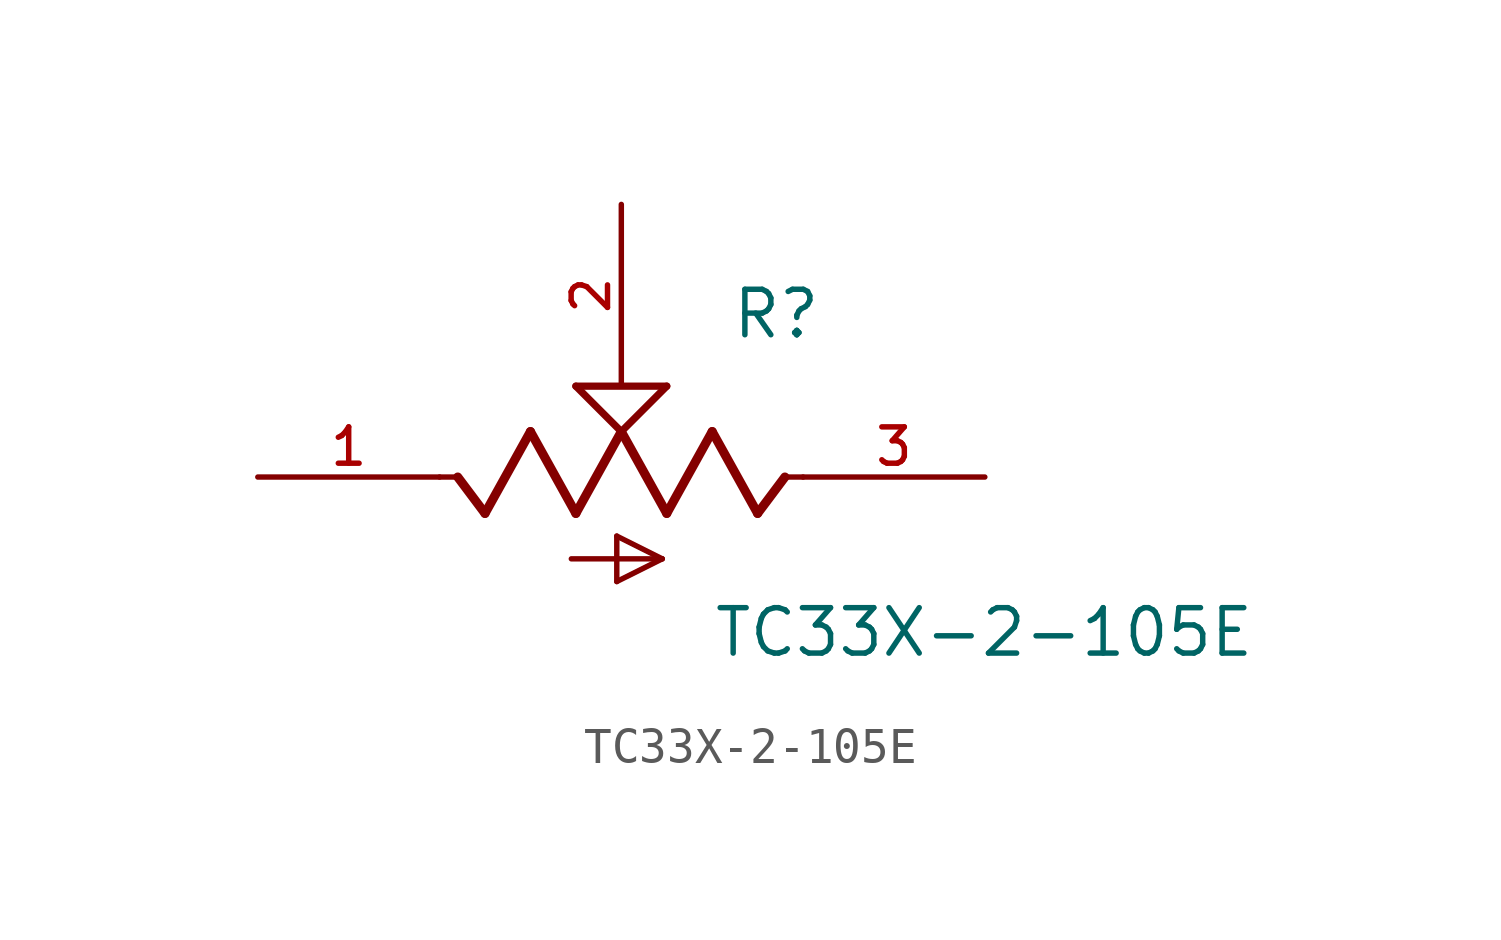
<source format=kicad_sym>
(kicad_symbol_lib
  (version 20211014)
  (generator kicad_symbol_editor)
  (symbol "TC33X-2-105E"
    (pin_names
      (offset 1.016))
    (property "Reference" "R"
      (at 3.051 3.814 0)
      (effects (font (size 1.27 1.27)) (justify bottom left)))
    (property "Value" "TC33X-2-105E"
      (at 2.542 -5.084 0)
      (effects (font (size 1.27 1.27)) (justify bottom left)))
    (symbol "TC33X-2-105E_0_0"
      (polyline (pts (xy 5.08 0.0) (xy 4.572 0.0)) (stroke (width 0.152)))
      (polyline (pts (xy 4.572 0.0) (xy 3.81 -1.016)) (stroke (width 0.254)))
      (polyline (pts (xy 3.81 -1.016) (xy 2.54 1.27)) (stroke (width 0.254)))
      (polyline (pts (xy 2.54 1.27) (xy 1.27 -1.016)) (stroke (width 0.254)))
      (polyline (pts (xy 1.27 -1.016) (xy 0.0 1.27)) (stroke (width 0.254)))
      (polyline (pts (xy 0.0 1.27) (xy -1.27 -1.016)) (stroke (width 0.254)))
      (polyline (pts (xy -1.27 -1.016) (xy -2.54 1.27)) (stroke (width 0.254)))
      (polyline (pts (xy -2.54 1.27) (xy -3.81 -1.016)) (stroke (width 0.254)))
      (polyline (pts (xy -3.81 -1.016) (xy -4.572 0.0)) (stroke (width 0.254)))
      (polyline (pts (xy -4.572 0.0) (xy -5.08 0.0)) (stroke (width 0.152)))
      (polyline (pts (xy 0.0 1.27) (xy -1.27 2.54)) (stroke (width 0.203)))
      (polyline (pts (xy 1.27 2.54) (xy 0.0 1.27)) (stroke (width 0.203)))
      (polyline (pts (xy -1.27 2.54) (xy 1.27 2.54)) (stroke (width 0.203)))
      (polyline (pts (xy -1.397 -2.286) (xy 1.143 -2.286)) (stroke (width 0.152)))
      (polyline (pts (xy 1.143 -2.286) (xy -0.127 -2.921)) (stroke (width 0.152)))
      (polyline (pts (xy -0.127 -2.921) (xy -0.127 -1.651)) (stroke (width 0.152)))
      (polyline (pts (xy -0.127 -1.651) (xy 1.143 -2.286)) (stroke (width 0.152)))
      (pin passive line (at 10.16 0.0 180.0) (length 5.08) (name "~" (effects (font (size 1.016 1.016)))) (number "3" (effects (font (size 1.016 1.016)))))
      (pin passive line (at 0.0 7.62 270.0) (length 5.08) (name "~" (effects (font (size 1.016 1.016)))) (number "2" (effects (font (size 1.016 1.016)))))
      (pin passive line (at -10.16 0.0 0) (length 5.08) (name "~" (effects (font (size 1.016 1.016)))) (number "1" (effects (font (size 1.016 1.016))))))))
</source>
